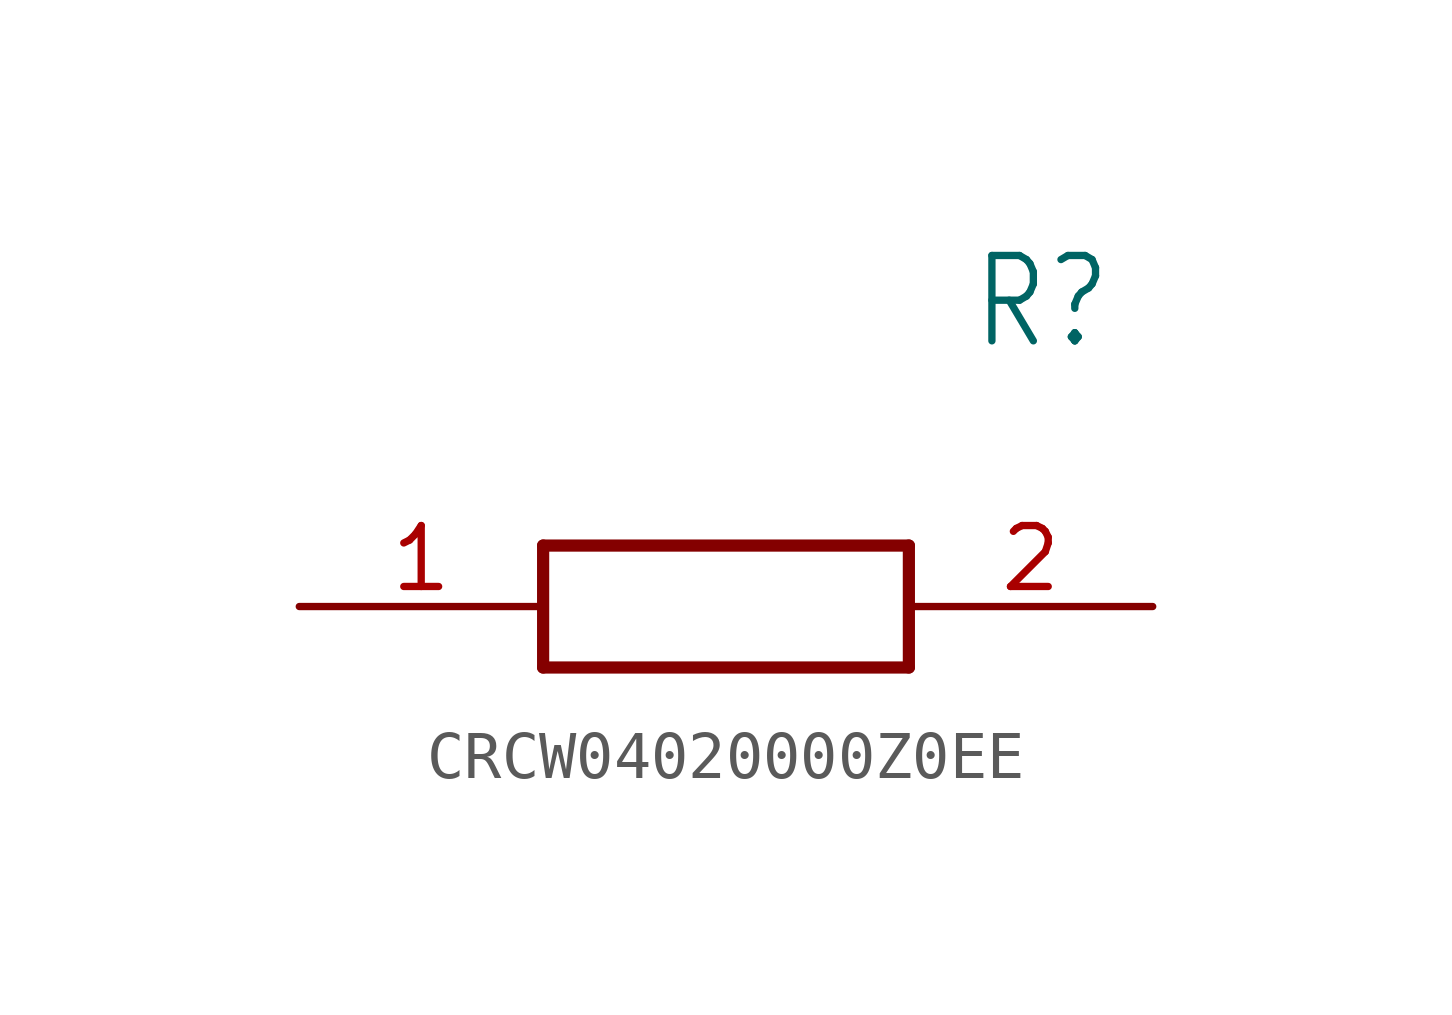
<source format=kicad_sym>
(kicad_symbol_lib
  (version 20220914)
  (generator kicad_symbol_editor)
  (symbol "CRCW04020000Z0EE"
    (property "Reference" "R"
      (at 13.97 6.35 0)
      (effects (font (size 1.778 1.511)) (justify left)))
    (property "Value" ""
      (at 13.97 3.81 0)
      (effects (font (size 1.778 1.511)) (justify left)))
    (property "ki_locked" ""
      (at 0 0 0)
      (effects (font (size 1.27 1.27))))
    (symbol "CRCW04020000Z0EE_1_0"
      (polyline (pts (xy 5.08 1.27) (xy 5.08 -1.27)) (stroke (width 0.254) (type solid)) (fill (type none)))
      (polyline (pts (xy 5.08 1.27) (xy 12.7 1.27)) (stroke (width 0.254) (type solid)) (fill (type none)))
      (polyline (pts (xy 12.7 -1.27) (xy 5.08 -1.27)) (stroke (width 0.254) (type solid)) (fill (type none)))
      (polyline (pts (xy 12.7 -1.27) (xy 12.7 1.27)) (stroke (width 0.254) (type solid)) (fill (type none)))
      (pin bidirectional line (at 0 0 0) (length 5.08) (name "1" (effects (font (size 0 0)))) (number "1" (effects (font (size 1.27 1.27)))))
      (pin bidirectional line (at 17.78 0 180) (length 5.08) (name "2" (effects (font (size 0 0)))) (number "2" (effects (font (size 1.27 1.27))))))))
</source>
